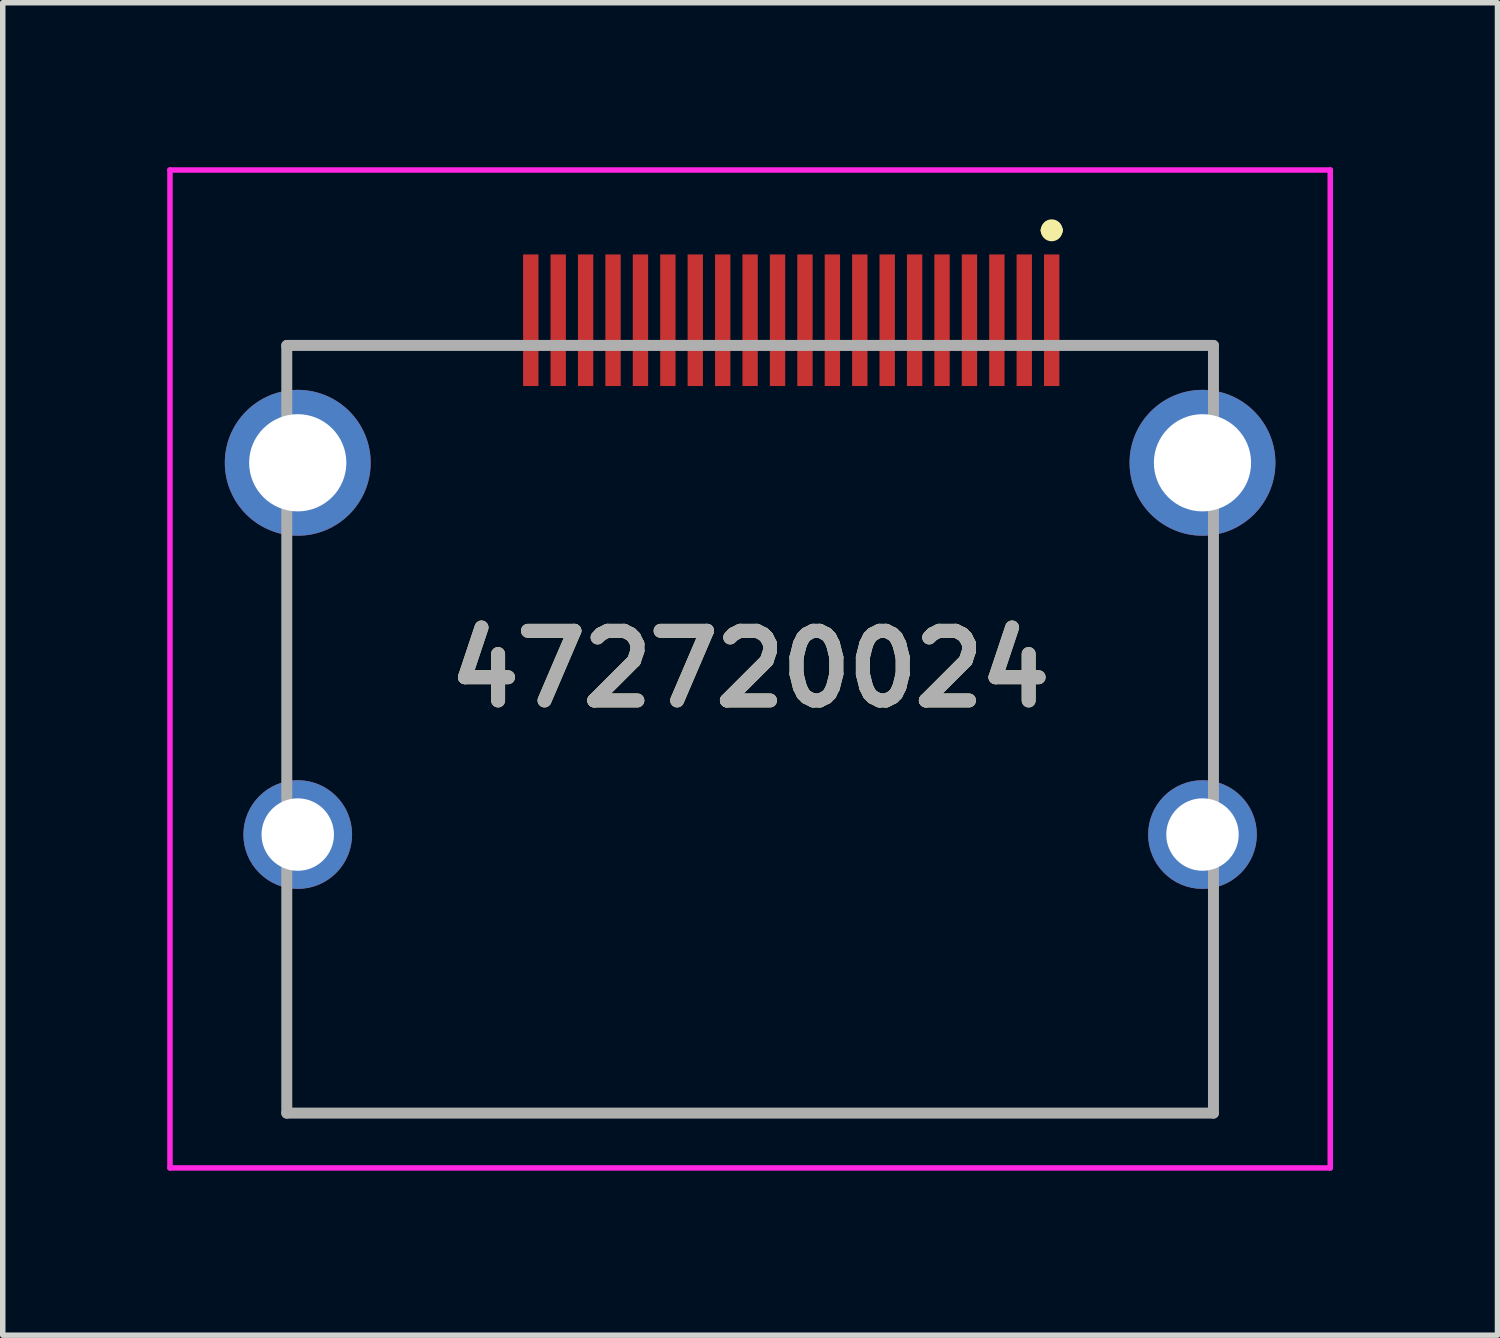
<source format=kicad_pcb>
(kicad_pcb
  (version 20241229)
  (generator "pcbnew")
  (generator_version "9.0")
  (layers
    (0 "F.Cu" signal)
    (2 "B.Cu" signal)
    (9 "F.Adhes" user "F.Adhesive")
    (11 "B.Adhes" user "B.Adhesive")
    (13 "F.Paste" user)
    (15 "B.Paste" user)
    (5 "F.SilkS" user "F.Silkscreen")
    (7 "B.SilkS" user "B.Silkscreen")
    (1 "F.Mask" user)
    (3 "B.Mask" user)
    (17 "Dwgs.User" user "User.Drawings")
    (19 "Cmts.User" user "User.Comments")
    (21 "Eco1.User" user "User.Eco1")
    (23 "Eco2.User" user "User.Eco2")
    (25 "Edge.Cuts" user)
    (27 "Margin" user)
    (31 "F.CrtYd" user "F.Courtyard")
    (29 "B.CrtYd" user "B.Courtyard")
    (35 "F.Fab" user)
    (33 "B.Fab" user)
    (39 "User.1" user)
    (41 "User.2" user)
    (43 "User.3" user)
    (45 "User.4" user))
  (footprint "472720024"
    (layer "F.Cu")
    (at 10.63 9.15)
    (property "Reference" "472720024" (at 0 0 0) (layer "F.SilkS") (effects (font (size 1.27 1.27) (thickness 0.254))))
    (attr smd)
    (fp_line (start -8.45 -5.9) (end -5 -5.9) (stroke (width 0.1) (type solid)) (layer "F.SilkS"))
    (fp_line (start -8.45 5.1) (end -8.45 8.1) (stroke (width 0.1) (type solid)) (layer "F.SilkS"))
    (fp_line (start -8.45 8.1) (end 8.45 8.1) (stroke (width 0.1) (type solid)) (layer "F.SilkS"))
    (fp_line (start 5.4 -8) (end 5.4 -8) (stroke (width 0.2) (type solid)) (layer "F.SilkS"))
    (fp_line (start 5.6 -8) (end 5.6 -8) (stroke (width 0.2) (type solid)) (layer "F.SilkS"))
    (fp_line (start 8.45 -5.9) (end 5.8 -5.9) (stroke (width 0.1) (type solid)) (layer "F.SilkS"))
    (fp_line (start 8.45 8.1) (end 8.45 5.1) (stroke (width 0.1) (type solid)) (layer "F.SilkS"))
    (fp_arc (start 5.4 -8) (mid 5.5 -8.1) (end 5.6 -8) (stroke (width 0.2) (type solid)) (layer "F.SilkS"))
    (fp_arc (start 5.6 -8) (mid 5.5 -7.9) (end 5.4 -8) (stroke (width 0.2) (type solid)) (layer "F.SilkS"))
    (fp_line (start -10.58 -9.1) (end 10.58 -9.1) (stroke (width 0.1) (type solid)) (layer "F.CrtYd"))
    (fp_line (start -10.58 9.1) (end -10.58 -9.1) (stroke (width 0.1) (type solid)) (layer "F.CrtYd"))
    (fp_line (start 10.58 -9.1) (end 10.58 9.1) (stroke (width 0.1) (type solid)) (layer "F.CrtYd"))
    (fp_line (start 10.58 9.1) (end -10.58 9.1) (stroke (width 0.1) (type solid)) (layer "F.CrtYd"))
    (fp_line (start -8.45 -5.9) (end 8.45 -5.9) (stroke (width 0.2) (type solid)) (layer "F.Fab"))
    (fp_line (start -8.45 8.1) (end -8.45 -5.9) (stroke (width 0.2) (type solid)) (layer "F.Fab"))
    (fp_line (start 8.45 -5.9) (end 8.45 8.1) (stroke (width 0.2) (type solid)) (layer "F.Fab"))
    (fp_line (start 8.45 8.1) (end -8.45 8.1) (stroke (width 0.2) (type solid)) (layer "F.Fab"))
    (fp_text user "${REFERENCE}" (at 0 0 0) (layer "F.Fab") (effects (font (size 1.27 1.27) (thickness 0.254))))
    (pad "" np_thru_hole circle (at 0 3.8) (size 0.001 0.001) (drill 1.45) (layers "*.Cu" "*.Mask"))
    (pad "1" smd rect (at 5.5 -6.36) (size 0.28 2.4) (layers "F.Cu" "F.Mask" "F.Paste"))
    (pad "2" smd rect (at 5 -6.36) (size 0.28 2.4) (layers "F.Cu" "F.Mask" "F.Paste"))
    (pad "3" smd rect (at 4.5 -6.36) (size 0.28 2.4) (layers "F.Cu" "F.Mask" "F.Paste"))
    (pad "4" smd rect (at 4 -6.36) (size 0.28 2.4) (layers "F.Cu" "F.Mask" "F.Paste"))
    (pad "5" smd rect (at 3.5 -6.36) (size 0.28 2.4) (layers "F.Cu" "F.Mask" "F.Paste"))
    (pad "6" smd rect (at 3 -6.36) (size 0.28 2.4) (layers "F.Cu" "F.Mask" "F.Paste"))
    (pad "7" smd rect (at 2.5 -6.36) (size 0.28 2.4) (layers "F.Cu" "F.Mask" "F.Paste"))
    (pad "8" smd rect (at 2 -6.36) (size 0.28 2.4) (layers "F.Cu" "F.Mask" "F.Paste"))
    (pad "9" smd rect (at 1.5 -6.36) (size 0.28 2.4) (layers "F.Cu" "F.Mask" "F.Paste"))
    (pad "10" smd rect (at 1 -6.36) (size 0.28 2.4) (layers "F.Cu" "F.Mask" "F.Paste"))
    (pad "11" smd rect (at 0.5 -6.36) (size 0.28 2.4) (layers "F.Cu" "F.Mask" "F.Paste"))
    (pad "12" smd rect (at 0 -6.36) (size 0.28 2.4) (layers "F.Cu" "F.Mask" "F.Paste"))
    (pad "13" smd rect (at -0.5 -6.36) (size 0.28 2.4) (layers "F.Cu" "F.Mask" "F.Paste"))
    (pad "14" smd rect (at -1 -6.36) (size 0.28 2.4) (layers "F.Cu" "F.Mask" "F.Paste"))
    (pad "15" smd rect (at -1.5 -6.36) (size 0.28 2.4) (layers "F.Cu" "F.Mask" "F.Paste"))
    (pad "16" smd rect (at -2 -6.36) (size 0.28 2.4) (layers "F.Cu" "F.Mask" "F.Paste"))
    (pad "17" smd rect (at -2.5 -6.36) (size 0.28 2.4) (layers "F.Cu" "F.Mask" "F.Paste"))
    (pad "18" smd rect (at -3 -6.36) (size 0.28 2.4) (layers "F.Cu" "F.Mask" "F.Paste"))
    (pad "19" smd rect (at -3.5 -6.36) (size 0.28 2.4) (layers "F.Cu" "F.Mask" "F.Paste"))
    (pad "20" smd rect (at -4 -6.36) (size 0.28 2.4) (layers "F.Cu" "F.Mask" "F.Paste"))
    (pad "MH1" thru_hole circle (at -8.25 -3.76) (size 2.66 2.66) (drill 1.773) (layers "*.Cu" "*.Mask"))
    (pad "MH2" thru_hole circle (at -8.25 3.02) (size 1.982 1.982) (drill 1.321) (layers "*.Cu" "*.Mask"))
    (pad "MH3" thru_hole circle (at 8.25 3.02) (size 1.982 1.982) (drill 1.321) (layers "*.Cu" "*.Mask"))
    (pad "MH4" thru_hole circle (at 8.25 -3.76) (size 2.66 2.66) (drill 1.773) (layers "*.Cu" "*.Mask")))
  (gr_rect
    (start -3 -3)
    (end 24.26 21.3)
    (stroke (width 0.1) (type default))
    (fill no)
    (layer "Edge.Cuts")))
</source>
